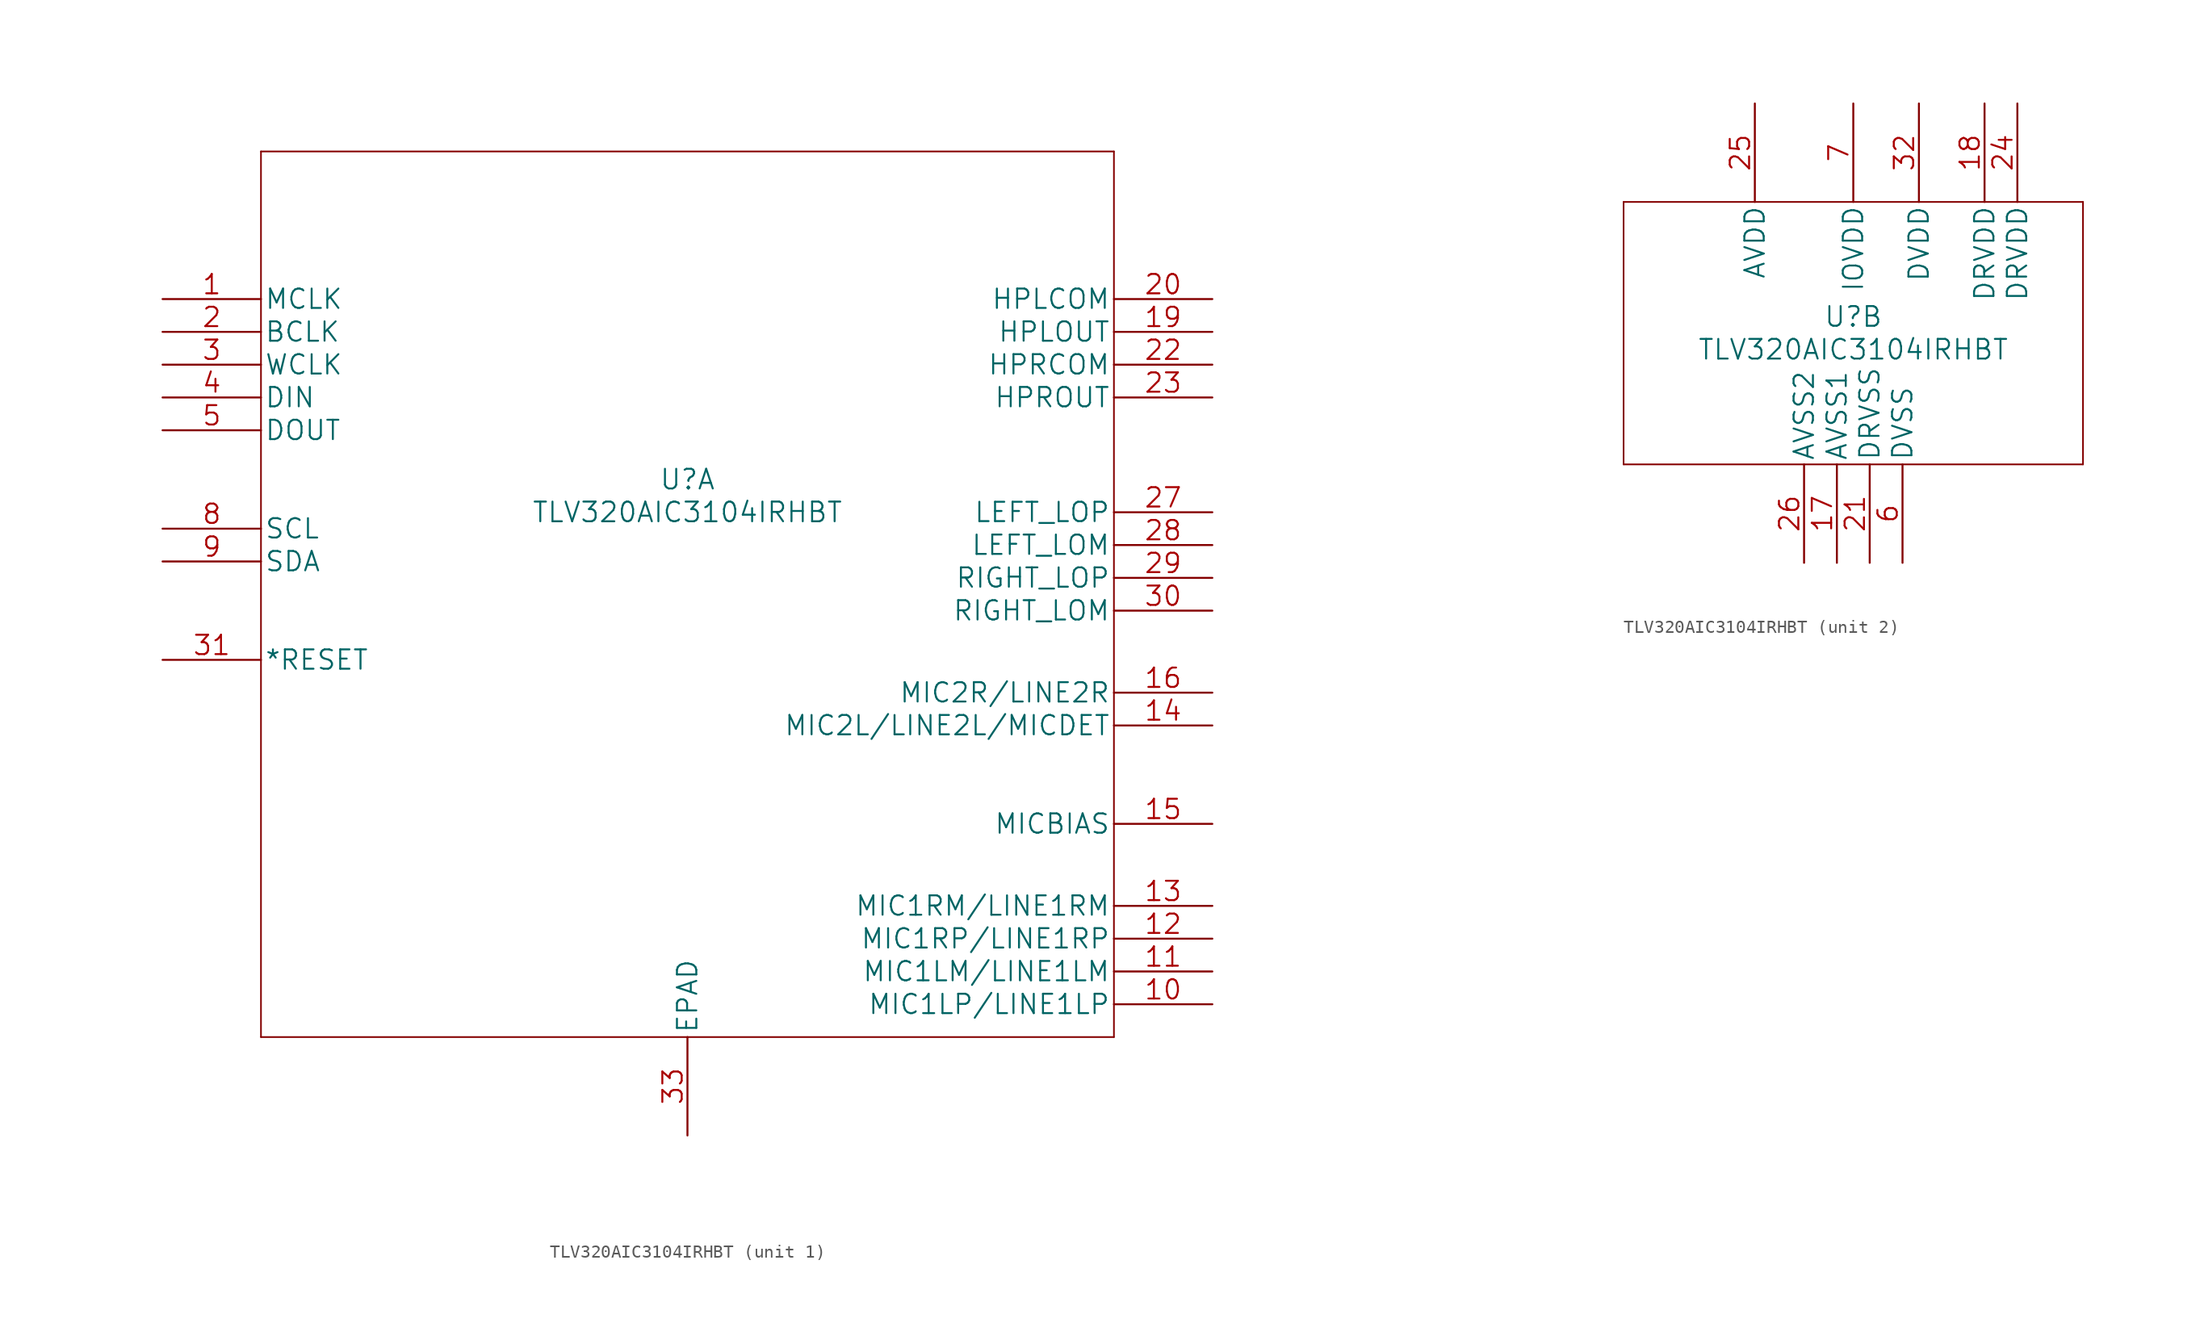
<source format=kicad_sym>
(kicad_symbol_lib
  (version 20201005)
  (generator kicad_symbol_editor)
  (symbol "TLV320AIC3104IRHBT"
    (pin_names
      (offset 0.254))
    (property "Reference" "U"
      (at 0 1.27 0)
      (effects (font (size 1.524 1.524))))
    (property "Value" "TLV320AIC3104IRHBT"
      (at 0 -1.27 0)
      (effects (font (size 1.524 1.524))))
    (property "Datasheet" ""
      (at -31.75 16.51 0)
      (effects (font (size 1.524 1.524))))
    (property "ki_locked" ""
      (at 0 0 0)
      (effects (font (size 1.27 1.27))))
    (symbol "TLV320AIC3104IRHBT_1_1"
      (polyline (pts (xy -33.02 -41.91) (xy 33.02 -41.91)) (stroke (width 0.127)) (fill (type none)))
      (polyline (pts (xy -33.02 26.67) (xy -33.02 -41.91)) (stroke (width 0.127)) (fill (type none)))
      (polyline (pts (xy 33.02 -41.91) (xy 33.02 26.67)) (stroke (width 0.127)) (fill (type none)))
      (polyline (pts (xy 33.02 26.67) (xy -33.02 26.67)) (stroke (width 0.127)) (fill (type none)))
      (pin input line (at -40.64 15.24 0) (length 7.62) (name "MCLK" (effects (font (size 1.499 1.499)))) (number "1" (effects (font (size 1.499 1.499)))))
      (pin input line (at 40.64 -39.37 180) (length 7.62) (name "MIC1LP/LINE1LP" (effects (font (size 1.499 1.499)))) (number "10" (effects (font (size 1.499 1.499)))))
      (pin input line (at 40.64 -36.83 180) (length 7.62) (name "MIC1LM/LINE1LM" (effects (font (size 1.499 1.499)))) (number "11" (effects (font (size 1.499 1.499)))))
      (pin input line (at 40.64 -34.29 180) (length 7.62) (name "MIC1RP/LINE1RP" (effects (font (size 1.499 1.499)))) (number "12" (effects (font (size 1.499 1.499)))))
      (pin input line (at 40.64 -31.75 180) (length 7.62) (name "MIC1RM/LINE1RM" (effects (font (size 1.499 1.499)))) (number "13" (effects (font (size 1.499 1.499)))))
      (pin input line (at 40.64 -17.78 180) (length 7.62) (name "MIC2L/LINE2L/MICDET" (effects (font (size 1.499 1.499)))) (number "14" (effects (font (size 1.499 1.499)))))
      (pin output line (at 40.64 -25.4 180) (length 7.62) (name "MICBIAS" (effects (font (size 1.499 1.499)))) (number "15" (effects (font (size 1.499 1.499)))))
      (pin input line (at 40.64 -15.24 180) (length 7.62) (name "MIC2R/LINE2R" (effects (font (size 1.499 1.499)))) (number "16" (effects (font (size 1.499 1.499)))))
      (pin output line (at 40.64 12.7 180) (length 7.62) (name "HPLOUT" (effects (font (size 1.499 1.499)))) (number "19" (effects (font (size 1.499 1.499)))))
      (pin bidirectional line (at -40.64 12.7 0) (length 7.62) (name "BCLK" (effects (font (size 1.499 1.499)))) (number "2" (effects (font (size 1.499 1.499)))))
      (pin bidirectional line (at 40.64 15.24 180) (length 7.62) (name "HPLCOM" (effects (font (size 1.499 1.499)))) (number "20" (effects (font (size 1.499 1.499)))))
      (pin bidirectional line (at 40.64 10.16 180) (length 7.62) (name "HPRCOM" (effects (font (size 1.499 1.499)))) (number "22" (effects (font (size 1.499 1.499)))))
      (pin output line (at 40.64 7.62 180) (length 7.62) (name "HPROUT" (effects (font (size 1.499 1.499)))) (number "23" (effects (font (size 1.499 1.499)))))
      (pin output line (at 40.64 -1.27 180) (length 7.62) (name "LEFT_LOP" (effects (font (size 1.499 1.499)))) (number "27" (effects (font (size 1.499 1.499)))))
      (pin output line (at 40.64 -3.81 180) (length 7.62) (name "LEFT_LOM" (effects (font (size 1.499 1.499)))) (number "28" (effects (font (size 1.499 1.499)))))
      (pin output line (at 40.64 -6.35 180) (length 7.62) (name "RIGHT_LOP" (effects (font (size 1.499 1.499)))) (number "29" (effects (font (size 1.499 1.499)))))
      (pin bidirectional line (at -40.64 10.16 0) (length 7.62) (name "WCLK" (effects (font (size 1.499 1.499)))) (number "3" (effects (font (size 1.499 1.499)))))
      (pin output line (at 40.64 -8.89 180) (length 7.62) (name "RIGHT_LOM" (effects (font (size 1.499 1.499)))) (number "30" (effects (font (size 1.499 1.499)))))
      (pin input line (at -40.64 -12.7 0) (length 7.62) (name "*RESET" (effects (font (size 1.499 1.499)))) (number "31" (effects (font (size 1.499 1.499)))))
      (pin passive line (at 0 -49.53 90) (length 7.62) (name "EPAD" (effects (font (size 1.499 1.499)))) (number "33" (effects (font (size 1.499 1.499)))))
      (pin input line (at -40.64 7.62 0) (length 7.62) (name "DIN" (effects (font (size 1.499 1.499)))) (number "4" (effects (font (size 1.499 1.499)))))
      (pin output line (at -40.64 5.08 0) (length 7.62) (name "DOUT" (effects (font (size 1.499 1.499)))) (number "5" (effects (font (size 1.499 1.499)))))
      (pin bidirectional line (at -40.64 -2.54 0) (length 7.62) (name "SCL" (effects (font (size 1.499 1.499)))) (number "8" (effects (font (size 1.499 1.499)))))
      (pin bidirectional line (at -40.64 -5.08 0) (length 7.62) (name "SDA" (effects (font (size 1.499 1.499)))) (number "9" (effects (font (size 1.499 1.499))))))
    (symbol "TLV320AIC3104IRHBT_2_1"
      (polyline (pts (xy -17.78 -10.16) (xy 17.78 -10.16)) (stroke (width 0.127)) (fill (type none)))
      (polyline (pts (xy -17.78 10.16) (xy -17.78 -10.16)) (stroke (width 0.127)) (fill (type none)))
      (polyline (pts (xy 17.78 -10.16) (xy 17.78 10.16)) (stroke (width 0.127)) (fill (type none)))
      (polyline (pts (xy 17.78 10.16) (xy -17.78 10.16)) (stroke (width 0.127)) (fill (type none)))
      (pin power_in line (at -1.27 -17.78 90) (length 7.62) (name "AVSS1" (effects (font (size 1.499 1.499)))) (number "17" (effects (font (size 1.499 1.499)))))
      (pin power_in line (at 10.16 17.78 270) (length 7.62) (name "DRVDD" (effects (font (size 1.499 1.499)))) (number "18" (effects (font (size 1.499 1.499)))))
      (pin power_in line (at 1.27 -17.78 90) (length 7.62) (name "DRVSS" (effects (font (size 1.499 1.499)))) (number "21" (effects (font (size 1.499 1.499)))))
      (pin power_in line (at 12.7 17.78 270) (length 7.62) (name "DRVDD" (effects (font (size 1.499 1.499)))) (number "24" (effects (font (size 1.499 1.499)))))
      (pin power_in line (at -7.62 17.78 270) (length 7.62) (name "AVDD" (effects (font (size 1.499 1.499)))) (number "25" (effects (font (size 1.499 1.499)))))
      (pin power_in line (at -3.81 -17.78 90) (length 7.62) (name "AVSS2" (effects (font (size 1.499 1.499)))) (number "26" (effects (font (size 1.499 1.499)))))
      (pin power_in line (at 5.08 17.78 270) (length 7.62) (name "DVDD" (effects (font (size 1.499 1.499)))) (number "32" (effects (font (size 1.499 1.499)))))
      (pin power_in line (at 3.81 -17.78 90) (length 7.62) (name "DVSS" (effects (font (size 1.499 1.499)))) (number "6" (effects (font (size 1.499 1.499)))))
      (pin power_in line (at 0 17.78 270) (length 7.62) (name "IOVDD" (effects (font (size 1.499 1.499)))) (number "7" (effects (font (size 1.499 1.499))))))))
</source>
